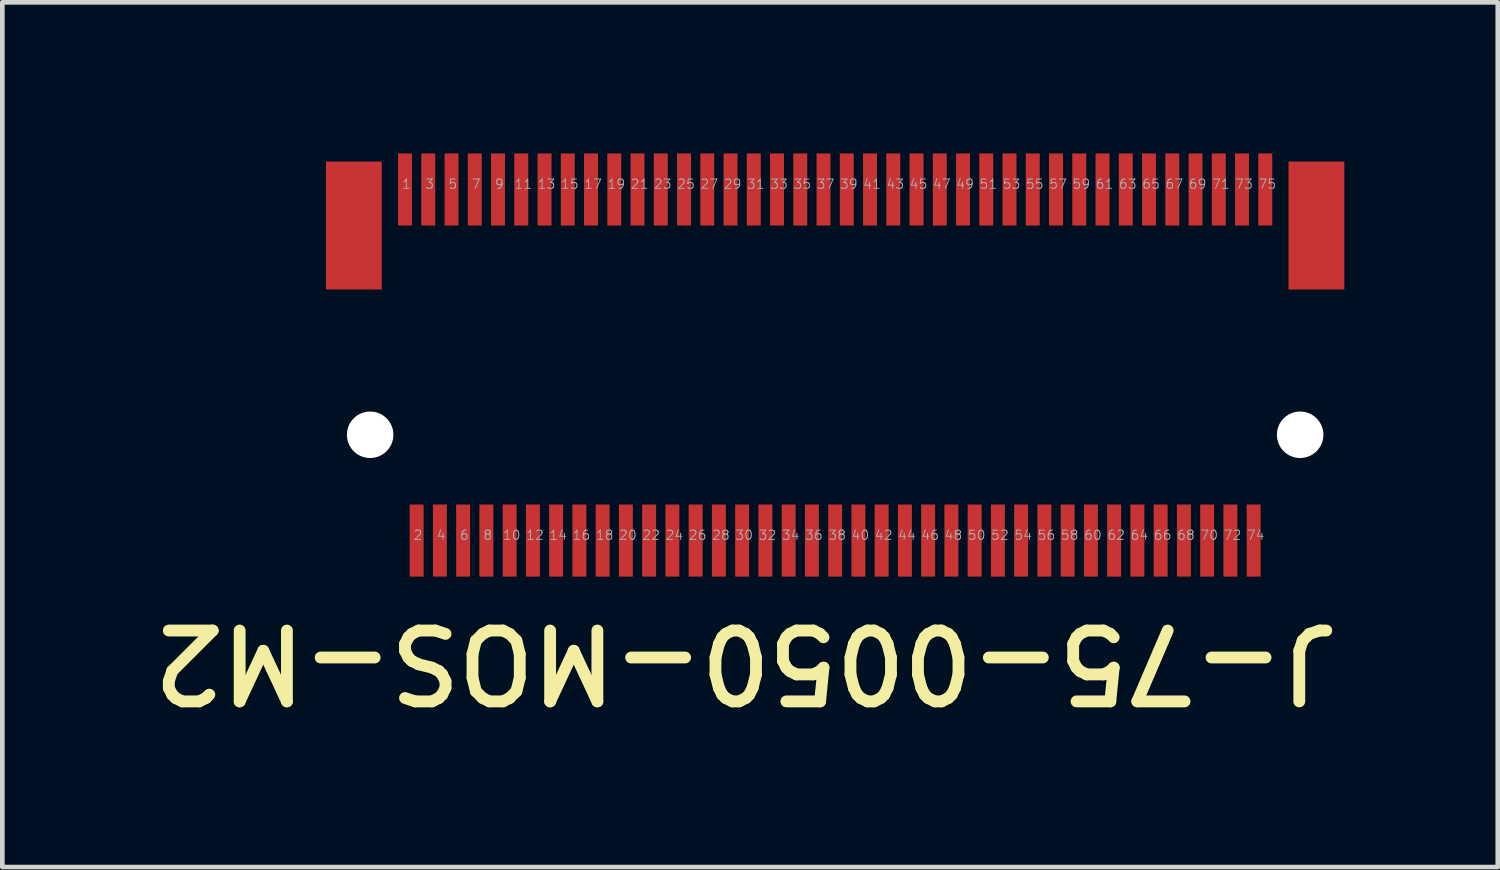
<source format=kicad_pcb>
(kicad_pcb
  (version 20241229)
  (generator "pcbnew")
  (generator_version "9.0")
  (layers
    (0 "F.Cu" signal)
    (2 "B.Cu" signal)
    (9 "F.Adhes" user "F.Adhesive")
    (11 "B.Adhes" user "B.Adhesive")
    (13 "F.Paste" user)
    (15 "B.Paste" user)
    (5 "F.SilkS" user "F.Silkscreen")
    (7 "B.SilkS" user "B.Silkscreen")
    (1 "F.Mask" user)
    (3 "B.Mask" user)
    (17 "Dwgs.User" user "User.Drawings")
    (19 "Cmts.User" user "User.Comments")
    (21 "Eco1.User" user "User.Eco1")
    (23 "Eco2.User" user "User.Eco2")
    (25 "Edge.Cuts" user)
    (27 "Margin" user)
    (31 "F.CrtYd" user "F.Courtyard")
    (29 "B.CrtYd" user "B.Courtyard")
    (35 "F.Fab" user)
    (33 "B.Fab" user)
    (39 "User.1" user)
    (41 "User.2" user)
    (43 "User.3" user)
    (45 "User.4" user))
  (footprint "J-75-0050-MOS-M2"
    (layer "F.Cu")
    (at 14.91 4.8)
    (property "Reference" "J-75-0050-MOS-M2" (at 10.947 5.51 180) (unlocked yes) (layer "F.SilkS") (effects (font (size 1.524 1.524) (thickness 0.254)) (justify left bottom)))
    (fp_poly (pts (xy -11.2 -4.75) (xy 11.2 -4.75) (xy 11.2 4.75) (xy -11.2 4.75)) (stroke (width 0.1) (type default)) (fill no) (layer "User.7"))
    (fp_text user "23" (at -3.91 -3.775 0) (unlocked yes) (layer "F.Fab") (effects (font (size 0.2 0.2) (thickness 0.02)) (justify left bottom)))
    (fp_text user "52" (at 3.34 3.775 0) (unlocked yes) (layer "F.Fab") (effects (font (size 0.2 0.2) (thickness 0.02)) (justify left bottom)))
    (fp_text user "55" (at 4.09 -3.775 0) (unlocked yes) (layer "F.Fab") (effects (font (size 0.2 0.2) (thickness 0.02)) (justify left bottom)))
    (fp_text user "58" (at 4.84 3.775 0) (unlocked yes) (layer "F.Fab") (effects (font (size 0.2 0.2) (thickness 0.02)) (justify left bottom)))
    (fp_text user "47" (at 2.09 -3.775 0) (unlocked yes) (layer "F.Fab") (effects (font (size 0.2 0.2) (thickness 0.02)) (justify left bottom)))
    (fp_text user "38" (at -0.16 3.775 0) (unlocked yes) (layer "F.Fab") (effects (font (size 0.2 0.2) (thickness 0.02)) (justify left bottom)))
    (fp_text user "12" (at -6.66 3.775 0) (unlocked yes) (layer "F.Fab") (effects (font (size 0.2 0.2) (thickness 0.02)) (justify left bottom)))
    (fp_text user "2" (at -9.08 3.775 0) (unlocked yes) (layer "F.Fab") (effects (font (size 0.2 0.2) (thickness 0.02)) (justify left bottom)))
    (fp_text user "20" (at -4.66 3.775 0) (unlocked yes) (layer "F.Fab") (effects (font (size 0.2 0.2) (thickness 0.02)) (justify left bottom)))
    (fp_text user "29" (at -2.41 -3.775 0) (unlocked yes) (layer "F.Fab") (effects (font (size 0.2 0.2) (thickness 0.02)) (justify left bottom)))
    (fp_text user "39" (at 0.09 -3.775 0) (unlocked yes) (layer "F.Fab") (effects (font (size 0.2 0.2) (thickness 0.02)) (justify left bottom)))
    (fp_text user "70" (at 7.84 3.775 0) (unlocked yes) (layer "F.Fab") (effects (font (size 0.2 0.2) (thickness 0.02)) (justify left bottom)))
    (fp_text user "42" (at 0.84 3.775 0) (unlocked yes) (layer "F.Fab") (effects (font (size 0.2 0.2) (thickness 0.02)) (justify left bottom)))
    (fp_text user "17" (at -5.41 -3.775 0) (unlocked yes) (layer "F.Fab") (effects (font (size 0.2 0.2) (thickness 0.02)) (justify left bottom)))
    (fp_text user "9" (at -7.33 -3.775 0) (unlocked yes) (layer "F.Fab") (effects (font (size 0.2 0.2) (thickness 0.02)) (justify left bottom)))
    (fp_text user "5" (at -8.33 -3.775 0) (unlocked yes) (layer "F.Fab") (effects (font (size 0.2 0.2) (thickness 0.02)) (justify left bottom)))
    (fp_text user "8" (at -7.58 3.775 0) (unlocked yes) (layer "F.Fab") (effects (font (size 0.2 0.2) (thickness 0.02)) (justify left bottom)))
    (fp_text user "44" (at 1.34 3.775 0) (unlocked yes) (layer "F.Fab") (effects (font (size 0.2 0.2) (thickness 0.02)) (justify left bottom)))
    (fp_text user "13" (at -6.41 -3.775 0) (unlocked yes) (layer "F.Fab") (effects (font (size 0.2 0.2) (thickness 0.02)) (justify left bottom)))
    (fp_text user "27" (at -2.91 -3.775 0) (unlocked yes) (layer "F.Fab") (effects (font (size 0.2 0.2) (thickness 0.02)) (justify left bottom)))
    (fp_text user "4" (at -8.58 3.775 0) (unlocked yes) (layer "F.Fab") (effects (font (size 0.2 0.2) (thickness 0.02)) (justify left bottom)))
    (fp_text user "51" (at 3.09 -3.775 0) (unlocked yes) (layer "F.Fab") (effects (font (size 0.2 0.2) (thickness 0.02)) (justify left bottom)))
    (fp_text user "21" (at -4.41 -3.775 0) (unlocked yes) (layer "F.Fab") (effects (font (size 0.2 0.2) (thickness 0.02)) (justify left bottom)))
    (fp_text user "1" (at -9.33 -3.775 0) (unlocked yes) (layer "F.Fab") (effects (font (size 0.2 0.2) (thickness 0.02)) (justify left bottom)))
    (fp_text user "25" (at -3.41 -3.775 0) (unlocked yes) (layer "F.Fab") (effects (font (size 0.2 0.2) (thickness 0.02)) (justify left bottom)))
    (fp_text user "31" (at -1.91 -3.775 0) (unlocked yes) (layer "F.Fab") (effects (font (size 0.2 0.2) (thickness 0.02)) (justify left bottom)))
    (fp_text user "6" (at -8.08 3.775 0) (unlocked yes) (layer "F.Fab") (effects (font (size 0.2 0.2) (thickness 0.02)) (justify left bottom)))
    (fp_text user "64" (at 6.34 3.775 0) (unlocked yes) (layer "F.Fab") (effects (font (size 0.2 0.2) (thickness 0.02)) (justify left bottom)))
    (fp_text user "11" (at -6.91 -3.775 0) (unlocked yes) (layer "F.Fab") (effects (font (size 0.2 0.2) (thickness 0.02)) (justify left bottom)))
    (fp_text user "48" (at 2.34 3.775 0) (unlocked yes) (layer "F.Fab") (effects (font (size 0.2 0.2) (thickness 0.02)) (justify left bottom)))
    (fp_text user "74" (at 8.84 3.775 0) (unlocked yes) (layer "F.Fab") (effects (font (size 0.2 0.2) (thickness 0.02)) (justify left bottom)))
    (fp_text user "37" (at -0.41 -3.775 0) (unlocked yes) (layer "F.Fab") (effects (font (size 0.2 0.2) (thickness 0.02)) (justify left bottom)))
    (fp_text user "32" (at -1.66 3.775 0) (unlocked yes) (layer "F.Fab") (effects (font (size 0.2 0.2) (thickness 0.02)) (justify left bottom)))
    (fp_text user "63" (at 6.09 -3.775 0) (unlocked yes) (layer "F.Fab") (effects (font (size 0.2 0.2) (thickness 0.02)) (justify left bottom)))
    (fp_text user "10" (at -7.16 3.775 0) (unlocked yes) (layer "F.Fab") (effects (font (size 0.2 0.2) (thickness 0.02)) (justify left bottom)))
    (fp_text user "45" (at 1.59 -3.775 0) (unlocked yes) (layer "F.Fab") (effects (font (size 0.2 0.2) (thickness 0.02)) (justify left bottom)))
    (fp_text user "53" (at 3.59 -3.775 0) (unlocked yes) (layer "F.Fab") (effects (font (size 0.2 0.2) (thickness 0.02)) (justify left bottom)))
    (fp_text user "59" (at 5.09 -3.775 0) (unlocked yes) (layer "F.Fab") (effects (font (size 0.2 0.2) (thickness 0.02)) (justify left bottom)))
    (fp_text user "60" (at 5.34 3.775 0) (unlocked yes) (layer "F.Fab") (effects (font (size 0.2 0.2) (thickness 0.02)) (justify left bottom)))
    (fp_text user "34" (at -1.16 3.775 0) (unlocked yes) (layer "F.Fab") (effects (font (size 0.2 0.2) (thickness 0.02)) (justify left bottom)))
    (fp_text user "61" (at 5.59 -3.775 0) (unlocked yes) (layer "F.Fab") (effects (font (size 0.2 0.2) (thickness 0.02)) (justify left bottom)))
    (fp_text user "54" (at 3.84 3.775 0) (unlocked yes) (layer "F.Fab") (effects (font (size 0.2 0.2) (thickness 0.02)) (justify left bottom)))
    (fp_text user "18" (at -5.16 3.775 0) (unlocked yes) (layer "F.Fab") (effects (font (size 0.2 0.2) (thickness 0.02)) (justify left bottom)))
    (fp_text user "43" (at 1.09 -3.775 0) (unlocked yes) (layer "F.Fab") (effects (font (size 0.2 0.2) (thickness 0.02)) (justify left bottom)))
    (fp_text user "69" (at 7.59 -3.775 0) (unlocked yes) (layer "F.Fab") (effects (font (size 0.2 0.2) (thickness 0.02)) (justify left bottom)))
    (fp_text user "65" (at 6.59 -3.775 0) (unlocked yes) (layer "F.Fab") (effects (font (size 0.2 0.2) (thickness 0.02)) (justify left bottom)))
    (fp_text user "14" (at -6.16 3.775 0) (unlocked yes) (layer "F.Fab") (effects (font (size 0.2 0.2) (thickness 0.02)) (justify left bottom)))
    (fp_text user "7" (at -7.83 -3.775 0) (unlocked yes) (layer "F.Fab") (effects (font (size 0.2 0.2) (thickness 0.02)) (justify left bottom)))
    (fp_text user "19" (at -4.91 -3.775 0) (unlocked yes) (layer "F.Fab") (effects (font (size 0.2 0.2) (thickness 0.02)) (justify left bottom)))
    (fp_text user "49" (at 2.59 -3.775 0) (unlocked yes) (layer "F.Fab") (effects (font (size 0.2 0.2) (thickness 0.02)) (justify left bottom)))
    (fp_text user "40" (at 0.34 3.775 0) (unlocked yes) (layer "F.Fab") (effects (font (size 0.2 0.2) (thickness 0.02)) (justify left bottom)))
    (fp_text user "67" (at 7.09 -3.775 0) (unlocked yes) (layer "F.Fab") (effects (font (size 0.2 0.2) (thickness 0.02)) (justify left bottom)))
    (fp_text user "28" (at -2.66 3.775 0) (unlocked yes) (layer "F.Fab") (effects (font (size 0.2 0.2) (thickness 0.02)) (justify left bottom)))
    (fp_text user "15" (at -5.91 -3.775 0) (unlocked yes) (layer "F.Fab") (effects (font (size 0.2 0.2) (thickness 0.02)) (justify left bottom)))
    (fp_text user "30" (at -2.16 3.775 0) (unlocked yes) (layer "F.Fab") (effects (font (size 0.2 0.2) (thickness 0.02)) (justify left bottom)))
    (fp_text user "36" (at -0.66 3.775 0) (unlocked yes) (layer "F.Fab") (effects (font (size 0.2 0.2) (thickness 0.02)) (justify left bottom)))
    (fp_text user "16" (at -5.66 3.775 0) (unlocked yes) (layer "F.Fab") (effects (font (size 0.2 0.2) (thickness 0.02)) (justify left bottom)))
    (fp_text user "33" (at -1.41 -3.775 0) (unlocked yes) (layer "F.Fab") (effects (font (size 0.2 0.2) (thickness 0.02)) (justify left bottom)))
    (fp_text user "3" (at -8.83 -3.775 0) (unlocked yes) (layer "F.Fab") (effects (font (size 0.2 0.2) (thickness 0.02)) (justify left bottom)))
    (fp_text user "66" (at 6.84 3.775 0) (unlocked yes) (layer "F.Fab") (effects (font (size 0.2 0.2) (thickness 0.02)) (justify left bottom)))
    (fp_text user "46" (at 1.84 3.775 0) (unlocked yes) (layer "F.Fab") (effects (font (size 0.2 0.2) (thickness 0.02)) (justify left bottom)))
    (fp_text user "24" (at -3.66 3.775 0) (unlocked yes) (layer "F.Fab") (effects (font (size 0.2 0.2) (thickness 0.02)) (justify left bottom)))
    (fp_text user "50" (at 2.84 3.775 0) (unlocked yes) (layer "F.Fab") (effects (font (size 0.2 0.2) (thickness 0.02)) (justify left bottom)))
    (fp_text user "62" (at 5.84 3.775 0) (unlocked yes) (layer "F.Fab") (effects (font (size 0.2 0.2) (thickness 0.02)) (justify left bottom)))
    (fp_text user "71" (at 8.09 -3.775 0) (unlocked yes) (layer "F.Fab") (effects (font (size 0.2 0.2) (thickness 0.02)) (justify left bottom)))
    (fp_text user "75" (at 9.09 -3.775 0) (unlocked yes) (layer "F.Fab") (effects (font (size 0.2 0.2) (thickness 0.02)) (justify left bottom)))
    (fp_text user "57" (at 4.59 -3.775 0) (unlocked yes) (layer "F.Fab") (effects (font (size 0.2 0.2) (thickness 0.02)) (justify left bottom)))
    (fp_text user "72" (at 8.34 3.775 0) (unlocked yes) (layer "F.Fab") (effects (font (size 0.2 0.2) (thickness 0.02)) (justify left bottom)))
    (fp_text user "68" (at 7.34 3.775 0) (unlocked yes) (layer "F.Fab") (effects (font (size 0.2 0.2) (thickness 0.02)) (justify left bottom)))
    (fp_text user "22" (at -4.16 3.775 0) (unlocked yes) (layer "F.Fab") (effects (font (size 0.2 0.2) (thickness 0.02)) (justify left bottom)))
    (fp_text user "56" (at 4.34 3.775 0) (unlocked yes) (layer "F.Fab") (effects (font (size 0.2 0.2) (thickness 0.02)) (justify left bottom)))
    (fp_text user "73" (at 8.59 -3.775 0) (unlocked yes) (layer "F.Fab") (effects (font (size 0.2 0.2) (thickness 0.02)) (justify left bottom)))
    (fp_text user "26" (at -3.16 3.775 0) (unlocked yes) (layer "F.Fab") (effects (font (size 0.2 0.2) (thickness 0.02)) (justify left bottom)))
    (fp_text user "41" (at 0.59 -3.775 0) (unlocked yes) (layer "F.Fab") (effects (font (size 0.2 0.2) (thickness 0.02)) (justify left bottom)))
    (fp_text user "35" (at -0.91 -3.775 0) (unlocked yes) (layer "F.Fab") (effects (font (size 0.2 0.2) (thickness 0.02)) (justify left bottom)))
    (pad "" smd rect (at -10.35 -3) (size 1.2 2.75) (layers "F.Cu" "F.Mask" "F.Paste"))
    (pad "" np_thru_hole circle (at -10 1.5) (size 1 1) (drill 1.1) (layers "*.Cu" "*.Mask"))
    (pad "" np_thru_hole circle (at 10 1.5) (size 1 1) (drill 1.6) (layers "*.Cu" "*.Mask"))
    (pad "" smd rect (at 10.35 -3) (size 1.2 2.75) (layers "F.Cu" "F.Mask" "F.Paste"))
    (pad "1" smd rect (at -9.25 -3.775) (size 0.3 1.55) (layers "F.Cu" "F.Mask" "F.Paste"))
    (pad "2" smd rect (at -9 3.775) (size 0.3 1.55) (layers "F.Cu" "F.Mask" "F.Paste"))
    (pad "3" smd rect (at -8.75 -3.775) (size 0.3 1.55) (layers "F.Cu" "F.Mask" "F.Paste"))
    (pad "4" smd rect (at -8.5 3.775) (size 0.3 1.55) (layers "F.Cu" "F.Mask" "F.Paste"))
    (pad "5" smd rect (at -8.25 -3.775) (size 0.3 1.55) (layers "F.Cu" "F.Mask" "F.Paste"))
    (pad "6" smd rect (at -8 3.775) (size 0.3 1.55) (layers "F.Cu" "F.Mask" "F.Paste"))
    (pad "7" smd rect (at -7.75 -3.775) (size 0.3 1.55) (layers "F.Cu" "F.Mask" "F.Paste"))
    (pad "8" smd rect (at -7.5 3.775) (size 0.3 1.55) (layers "F.Cu" "F.Mask" "F.Paste"))
    (pad "9" smd rect (at -7.25 -3.775) (size 0.3 1.55) (layers "F.Cu" "F.Mask" "F.Paste"))
    (pad "10" smd rect (at -7 3.775) (size 0.3 1.55) (layers "F.Cu" "F.Mask" "F.Paste"))
    (pad "11" smd rect (at -6.75 -3.775) (size 0.3 1.55) (layers "F.Cu" "F.Mask" "F.Paste"))
    (pad "12" smd rect (at -6.5 3.775) (size 0.3 1.55) (layers "F.Cu" "F.Mask" "F.Paste"))
    (pad "13" smd rect (at -6.25 -3.775) (size 0.3 1.55) (layers "F.Cu" "F.Mask" "F.Paste"))
    (pad "14" smd rect (at -6 3.775) (size 0.3 1.55) (layers "F.Cu" "F.Mask" "F.Paste"))
    (pad "15" smd rect (at -5.75 -3.775) (size 0.3 1.55) (layers "F.Cu" "F.Mask" "F.Paste"))
    (pad "16" smd rect (at -5.5 3.775) (size 0.3 1.55) (layers "F.Cu" "F.Mask" "F.Paste"))
    (pad "17" smd rect (at -5.25 -3.775) (size 0.3 1.55) (layers "F.Cu" "F.Mask" "F.Paste"))
    (pad "18" smd rect (at -5 3.775) (size 0.3 1.55) (layers "F.Cu" "F.Mask" "F.Paste"))
    (pad "19" smd rect (at -4.75 -3.775) (size 0.3 1.55) (layers "F.Cu" "F.Mask" "F.Paste"))
    (pad "20" smd rect (at -4.5 3.775) (size 0.3 1.55) (layers "F.Cu" "F.Mask" "F.Paste"))
    (pad "21" smd rect (at -4.25 -3.775) (size 0.3 1.55) (layers "F.Cu" "F.Mask" "F.Paste"))
    (pad "22" smd rect (at -4 3.775) (size 0.3 1.55) (layers "F.Cu" "F.Mask" "F.Paste"))
    (pad "23" smd rect (at -3.75 -3.775) (size 0.3 1.55) (layers "F.Cu" "F.Mask" "F.Paste"))
    (pad "24" smd rect (at -3.5 3.775) (size 0.3 1.55) (layers "F.Cu" "F.Mask" "F.Paste"))
    (pad "25" smd rect (at -3.25 -3.775) (size 0.3 1.55) (layers "F.Cu" "F.Mask" "F.Paste"))
    (pad "26" smd rect (at -3 3.775) (size 0.3 1.55) (layers "F.Cu" "F.Mask" "F.Paste"))
    (pad "27" smd rect (at -2.75 -3.775) (size 0.3 1.55) (layers "F.Cu" "F.Mask" "F.Paste"))
    (pad "28" smd rect (at -2.5 3.775) (size 0.3 1.55) (layers "F.Cu" "F.Mask" "F.Paste"))
    (pad "29" smd rect (at -2.25 -3.775) (size 0.3 1.55) (layers "F.Cu" "F.Mask" "F.Paste"))
    (pad "30" smd rect (at -2 3.775) (size 0.3 1.55) (layers "F.Cu" "F.Mask" "F.Paste"))
    (pad "31" smd rect (at -1.75 -3.775) (size 0.3 1.55) (layers "F.Cu" "F.Mask" "F.Paste"))
    (pad "32" smd rect (at -1.5 3.775) (size 0.3 1.55) (layers "F.Cu" "F.Mask" "F.Paste"))
    (pad "33" smd rect (at -1.25 -3.775) (size 0.3 1.55) (layers "F.Cu" "F.Mask" "F.Paste"))
    (pad "34" smd rect (at -1 3.775) (size 0.3 1.55) (layers "F.Cu" "F.Mask" "F.Paste"))
    (pad "35" smd rect (at -0.75 -3.775) (size 0.3 1.55) (layers "F.Cu" "F.Mask" "F.Paste"))
    (pad "36" smd rect (at -0.5 3.775) (size 0.3 1.55) (layers "F.Cu" "F.Mask" "F.Paste"))
    (pad "37" smd rect (at -0.25 -3.775) (size 0.3 1.55) (layers "F.Cu" "F.Mask" "F.Paste"))
    (pad "38" smd rect (at 0 3.775) (size 0.3 1.55) (layers "F.Cu" "F.Mask" "F.Paste"))
    (pad "39" smd rect (at 0.25 -3.775) (size 0.3 1.55) (layers "F.Cu" "F.Mask" "F.Paste"))
    (pad "40" smd rect (at 0.5 3.775) (size 0.3 1.55) (layers "F.Cu" "F.Mask" "F.Paste"))
    (pad "41" smd rect (at 0.75 -3.775) (size 0.3 1.55) (layers "F.Cu" "F.Mask" "F.Paste"))
    (pad "42" smd rect (at 1 3.775) (size 0.3 1.55) (layers "F.Cu" "F.Mask" "F.Paste"))
    (pad "43" smd rect (at 1.25 -3.775) (size 0.3 1.55) (layers "F.Cu" "F.Mask" "F.Paste"))
    (pad "44" smd rect (at 1.5 3.775) (size 0.3 1.55) (layers "F.Cu" "F.Mask" "F.Paste"))
    (pad "45" smd rect (at 1.75 -3.775) (size 0.3 1.55) (layers "F.Cu" "F.Mask" "F.Paste"))
    (pad "46" smd rect (at 2 3.775) (size 0.3 1.55) (layers "F.Cu" "F.Mask" "F.Paste"))
    (pad "47" smd rect (at 2.25 -3.775) (size 0.3 1.55) (layers "F.Cu" "F.Mask" "F.Paste"))
    (pad "48" smd rect (at 2.5 3.775) (size 0.3 1.55) (layers "F.Cu" "F.Mask" "F.Paste"))
    (pad "49" smd rect (at 2.75 -3.775) (size 0.3 1.55) (layers "F.Cu" "F.Mask" "F.Paste"))
    (pad "50" smd rect (at 3 3.775) (size 0.3 1.55) (layers "F.Cu" "F.Mask" "F.Paste"))
    (pad "51" smd rect (at 3.25 -3.775) (size 0.3 1.55) (layers "F.Cu" "F.Mask" "F.Paste"))
    (pad "52" smd rect (at 3.5 3.775) (size 0.3 1.55) (layers "F.Cu" "F.Mask" "F.Paste"))
    (pad "53" smd rect (at 3.75 -3.775) (size 0.3 1.55) (layers "F.Cu" "F.Mask" "F.Paste"))
    (pad "54" smd rect (at 4 3.775) (size 0.3 1.55) (layers "F.Cu" "F.Mask" "F.Paste"))
    (pad "55" smd rect (at 4.25 -3.775) (size 0.3 1.55) (layers "F.Cu" "F.Mask" "F.Paste"))
    (pad "56" smd rect (at 4.5 3.775) (size 0.3 1.55) (layers "F.Cu" "F.Mask" "F.Paste"))
    (pad "57" smd rect (at 4.75 -3.775) (size 0.3 1.55) (layers "F.Cu" "F.Mask" "F.Paste"))
    (pad "58" smd rect (at 5 3.775) (size 0.3 1.55) (layers "F.Cu" "F.Mask" "F.Paste"))
    (pad "59" smd rect (at 5.25 -3.775) (size 0.3 1.55) (layers "F.Cu" "F.Mask" "F.Paste"))
    (pad "60" smd rect (at 5.5 3.775) (size 0.3 1.55) (layers "F.Cu" "F.Mask" "F.Paste"))
    (pad "61" smd rect (at 5.75 -3.775) (size 0.3 1.55) (layers "F.Cu" "F.Mask" "F.Paste"))
    (pad "62" smd rect (at 6 3.775) (size 0.3 1.55) (layers "F.Cu" "F.Mask" "F.Paste"))
    (pad "63" smd rect (at 6.25 -3.775) (size 0.3 1.55) (layers "F.Cu" "F.Mask" "F.Paste"))
    (pad "64" smd rect (at 6.5 3.775) (size 0.3 1.55) (layers "F.Cu" "F.Mask" "F.Paste"))
    (pad "65" smd rect (at 6.75 -3.775) (size 0.3 1.55) (layers "F.Cu" "F.Mask" "F.Paste"))
    (pad "66" smd rect (at 7 3.775) (size 0.3 1.55) (layers "F.Cu" "F.Mask" "F.Paste"))
    (pad "67" smd rect (at 7.25 -3.775) (size 0.3 1.55) (layers "F.Cu" "F.Mask" "F.Paste"))
    (pad "68" smd rect (at 7.5 3.775) (size 0.3 1.55) (layers "F.Cu" "F.Mask" "F.Paste"))
    (pad "69" smd rect (at 7.75 -3.775) (size 0.3 1.55) (layers "F.Cu" "F.Mask" "F.Paste"))
    (pad "70" smd rect (at 8 3.775) (size 0.3 1.55) (layers "F.Cu" "F.Mask" "F.Paste"))
    (pad "71" smd rect (at 8.25 -3.775) (size 0.3 1.55) (layers "F.Cu" "F.Mask" "F.Paste"))
    (pad "72" smd rect (at 8.5 3.775) (size 0.3 1.55) (layers "F.Cu" "F.Mask" "F.Paste"))
    (pad "73" smd rect (at 8.75 -3.775) (size 0.3 1.55) (layers "F.Cu" "F.Mask" "F.Paste"))
    (pad "74" smd rect (at 9 3.775) (size 0.3 1.55) (layers "F.Cu" "F.Mask" "F.Paste"))
    (pad "75" smd rect (at 9.25 -3.775) (size 0.3 1.55) (layers "F.Cu" "F.Mask" "F.Paste"))
    (zone (net_name "") (layer "Eco1.User") (hatch edge 0.5) (connect_pads) (min_thickness 0.25) (filled_areas_thickness no) (keepout (tracks not_allowed) (vias not_allowed) (pads not_allowed) (copperpour not_allowed) (footprints allowed)) (placement (enabled no)) (fill) (polygon (pts (xy 3.91 9.35) (xy 3.91 0.25) (xy 25.91 0.25) (xy 25.91 9.35)))))
  (gr_rect
    (start -3 -3)
    (end 29.16 15.596)
    (stroke (width 0.1) (type default))
    (fill no)
    (layer "Edge.Cuts")))
</source>
